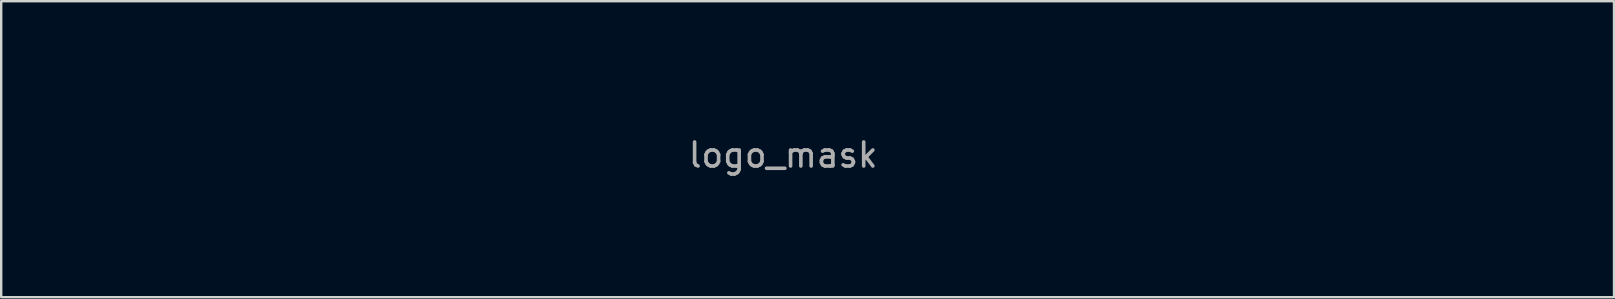
<source format=kicad_pcb>
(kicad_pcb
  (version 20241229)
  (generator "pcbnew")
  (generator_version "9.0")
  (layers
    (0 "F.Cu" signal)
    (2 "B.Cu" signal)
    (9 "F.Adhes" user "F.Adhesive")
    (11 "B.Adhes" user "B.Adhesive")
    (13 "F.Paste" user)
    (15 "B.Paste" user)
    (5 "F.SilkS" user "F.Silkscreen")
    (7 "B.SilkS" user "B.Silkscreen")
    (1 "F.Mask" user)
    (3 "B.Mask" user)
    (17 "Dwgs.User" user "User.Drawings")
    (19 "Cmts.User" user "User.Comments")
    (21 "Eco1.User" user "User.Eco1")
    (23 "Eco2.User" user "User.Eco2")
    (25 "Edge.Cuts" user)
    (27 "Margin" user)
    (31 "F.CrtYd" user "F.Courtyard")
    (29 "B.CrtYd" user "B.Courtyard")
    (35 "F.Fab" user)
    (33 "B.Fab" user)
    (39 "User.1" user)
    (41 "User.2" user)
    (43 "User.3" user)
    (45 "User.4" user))
  (footprint "logo_mask"
    (layer "F.Cu")
    (at 29.59 2.913)
    (property "Reference" "logo_mask" (at 0 0.5 0) (layer "F.Fab") (effects (font (size 1 1) (thickness 0.15))))
    (attr through_hole)
    (fp_poly (pts (xy 10.795 1.609) (xy 10.456 1.609) (xy 10.456 -0.931) (xy 10.795 -0.931) (xy 10.795 1.609)) (stroke (width 0.01) (type solid)) (fill yes) (layer "F.Mask"))
    (fp_poly (pts (xy 16.935 1.609) (xy 16.551 1.609) (xy 16.573 -0.91) (xy 16.912 -0.91) (xy 16.935 1.609)) (stroke (width 0.01) (type solid)) (fill yes) (layer "F.Mask"))
    (fp_poly (pts (xy -6.668 1.587) (xy -6.826 1.601) (xy -6.985 1.614) (xy -6.985 -1.143) (xy -6.645 -1.143) (xy -6.668 1.587)) (stroke (width 0.01) (type solid)) (fill yes) (layer "F.Mask"))
    (fp_poly (pts (xy 4.212 1.587) (xy 4.032 1.601) (xy 3.851 1.614) (xy 3.873 -0.91) (xy 4.212 -0.91) (xy 4.212 1.587)) (stroke (width 0.01) (type solid)) (fill yes) (layer "F.Mask"))
    (fp_poly (pts (xy -18.119 0.635) (xy -17.145 0.635) (xy -17.145 -0.085) (xy -16.806 -0.085) (xy -16.806 1.609) (xy -17.142 1.609) (xy -17.154 1.217) (xy -17.166 0.826) (xy -17.547 0.813) (xy -17.777 0.806) (xy -17.935 0.81) (xy -18.035 0.833) (xy -18.09 0.886) (xy -18.113 0.978) (xy -18.119 1.119) (xy -18.119 1.228) (xy -18.119 1.609) (xy -18.457 1.609) (xy -18.457 -1.143) (xy -18.119 -1.143) (xy -18.119 0.635)) (stroke (width 0.01) (type solid)) (fill yes) (layer "F.Mask"))
    (fp_poly (pts (xy -12.137 -0.91) (xy -11.924 -0.909) (xy -11.772 -0.905) (xy -11.672 -0.897) (xy -11.612 -0.884) (xy -11.582 -0.866) (xy -11.569 -0.84) (xy -11.565 -0.815) (xy -11.551 -0.72) (xy -12.912 -0.72) (xy -12.912 0.209) (xy -12.266 0.221) (xy -12.02 0.226) (xy -11.845 0.232) (xy -11.73 0.24) (xy -11.661 0.254) (xy -11.626 0.274) (xy -11.611 0.304) (xy -11.607 0.328) (xy -11.593 0.423) (xy -12.909 0.423) (xy -12.921 1.005) (xy -12.933 1.587) (xy -13.113 1.601) (xy -13.294 1.614) (xy -13.271 -0.91) (xy -12.425 -0.91) (xy -12.137 -0.91)) (stroke (width 0.01) (type solid)) (fill yes) (layer "F.Mask"))
    (fp_poly (pts (xy 14.606 -0.914) (xy 14.664 -0.864) (xy 14.671 -0.805) (xy 14.677 -0.673) (xy 14.682 -0.481) (xy 14.686 -0.241) (xy 14.689 0.036) (xy 14.69 0.295) (xy 14.69 1.387) (xy 14.785 1.413) (xy 14.865 1.423) (xy 15.008 1.432) (xy 15.192 1.437) (xy 15.356 1.439) (xy 15.563 1.44) (xy 15.699 1.445) (xy 15.78 1.455) (xy 15.819 1.475) (xy 15.832 1.506) (xy 15.833 1.524) (xy 15.829 1.554) (xy 15.811 1.576) (xy 15.766 1.591) (xy 15.683 1.601) (xy 15.551 1.606) (xy 15.358 1.608) (xy 15.093 1.609) (xy 15.071 1.609) (xy 14.309 1.609) (xy 14.309 -0.931) (xy 14.473 -0.931) (xy 14.606 -0.914)) (stroke (width 0.01) (type solid)) (fill yes) (layer "F.Mask"))
    (fp_poly (pts (xy -19.167 -0.92) (xy -18.972 -0.914) (xy -18.833 -0.906) (xy -18.762 -0.895) (xy -18.758 -0.893) (xy -18.72 -0.827) (xy -18.725 -0.787) (xy -18.755 -0.752) (xy -18.824 -0.731) (xy -18.948 -0.722) (xy -19.09 -0.72) (xy -19.43 -0.72) (xy -19.441 0.434) (xy -19.452 1.587) (xy -19.632 1.601) (xy -19.812 1.614) (xy -19.812 -0.72) (xy -20.175 -0.72) (xy -20.35 -0.721) (xy -20.456 -0.727) (xy -20.51 -0.742) (xy -20.527 -0.772) (xy -20.524 -0.815) (xy -20.517 -0.847) (xy -20.501 -0.871) (xy -20.462 -0.889) (xy -20.392 -0.901) (xy -20.278 -0.909) (xy -20.109 -0.914) (xy -19.875 -0.918) (xy -19.664 -0.921) (xy -19.402 -0.922) (xy -19.167 -0.92)) (stroke (width 0.01) (type solid)) (fill yes) (layer "F.Mask"))
    (fp_poly (pts (xy 12.523 -0.917) (xy 12.884 -0.874) (xy 13.169 -0.793) (xy 13.378 -0.676) (xy 13.511 -0.522) (xy 13.55 -0.43) (xy 13.58 -0.2) (xy 13.53 0.012) (xy 13.404 0.194) (xy 13.294 0.285) (xy 13.165 0.35) (xy 13.001 0.392) (xy 12.786 0.415) (xy 12.506 0.423) (xy 12.458 0.423) (xy 11.983 0.423) (xy 11.971 1.005) (xy 11.959 1.587) (xy 11.779 1.601) (xy 11.598 1.614) (xy 11.61 0.262) (xy 11.98 0.262) (xy 12.876 0.233) (xy 13.021 0.075) (xy 13.134 -0.094) (xy 13.169 -0.258) (xy 13.131 -0.411) (xy 13.027 -0.544) (xy 12.862 -0.651) (xy 12.643 -0.726) (xy 12.375 -0.76) (xy 12.308 -0.761) (xy 11.98 -0.762) (xy 11.98 0.262) (xy 11.61 0.262) (xy 11.62 -0.91) (xy 12.086 -0.923) (xy 12.523 -0.917)) (stroke (width 0.01) (type solid)) (fill yes) (layer "F.Mask"))
    (fp_poly (pts (xy -5.689 -0.069) (xy -5.673 -0.046) (xy -5.7 -0.001) (xy -5.773 0.092) (xy -5.881 0.217) (xy -5.992 0.341) (xy -6.13 0.492) (xy -6.219 0.595) (xy -6.265 0.663) (xy -6.275 0.708) (xy -6.258 0.746) (xy -6.23 0.778) (xy -6.014 1.018) (xy -5.833 1.223) (xy -5.691 1.388) (xy -5.595 1.505) (xy -5.549 1.569) (xy -5.546 1.577) (xy -5.583 1.596) (xy -5.679 1.607) (xy -5.728 1.609) (xy -5.808 1.606) (xy -5.874 1.59) (xy -5.941 1.551) (xy -6.023 1.478) (xy -6.135 1.36) (xy -6.258 1.226) (xy -6.392 1.072) (xy -6.501 0.935) (xy -6.575 0.83) (xy -6.602 0.771) (xy -6.602 0.771) (xy -6.572 0.707) (xy -6.493 0.602) (xy -6.378 0.471) (xy -6.242 0.327) (xy -6.1 0.186) (xy -5.965 0.061) (xy -5.852 -0.033) (xy -5.774 -0.081) (xy -5.759 -0.085) (xy -5.689 -0.069)) (stroke (width 0.01) (type solid)) (fill yes) (layer "F.Mask"))
    (fp_poly (pts (xy 21.924 -0.91) (xy 22.142 -0.909) (xy 22.297 -0.905) (xy 22.4 -0.898) (xy 22.462 -0.885) (xy 22.495 -0.867) (xy 22.509 -0.842) (xy 22.514 -0.815) (xy 22.527 -0.72) (xy 21.124 -0.72) (xy 21.124 0.209) (xy 21.77 0.221) (xy 22.016 0.226) (xy 22.191 0.232) (xy 22.306 0.24) (xy 22.375 0.254) (xy 22.41 0.274) (xy 22.425 0.304) (xy 22.429 0.328) (xy 22.443 0.423) (xy 21.122 0.423) (xy 21.134 0.921) (xy 21.145 1.418) (xy 21.855 1.43) (xy 22.115 1.435) (xy 22.302 1.44) (xy 22.429 1.448) (xy 22.506 1.46) (xy 22.546 1.477) (xy 22.562 1.502) (xy 22.564 1.525) (xy 22.56 1.553) (xy 22.543 1.573) (xy 22.502 1.588) (xy 22.426 1.598) (xy 22.305 1.604) (xy 22.128 1.607) (xy 21.884 1.609) (xy 21.653 1.609) (xy 20.742 1.609) (xy 20.765 -0.91) (xy 21.632 -0.91) (xy 21.924 -0.91)) (stroke (width 0.01) (type solid)) (fill yes) (layer "F.Mask"))
    (fp_poly (pts (xy -1.069 -1.158) (xy -0.97 -1.124) (xy -0.931 -1.075) (xy -0.931 -1.074) (xy -0.965 -1.034) (xy -1.07 -1.017) (xy -1.115 -1.016) (xy -1.25 -1.006) (xy -1.342 -0.967) (xy -1.399 -0.886) (xy -1.428 -0.751) (xy -1.439 -0.549) (xy -1.439 -0.473) (xy -1.439 -0.085) (xy -1.246 -0.085) (xy -1.127 -0.079) (xy -1.073 -0.059) (xy -1.066 -0.014) (xy -1.066 -0.011) (xy -1.104 0.043) (xy -1.203 0.071) (xy -1.26 0.077) (xy -1.439 0.09) (xy -1.439 1.609) (xy -1.61 1.609) (xy -1.744 1.592) (xy -1.805 1.546) (xy -1.81 1.489) (xy -1.815 1.358) (xy -1.817 1.167) (xy -1.817 0.926) (xy -1.816 0.647) (xy -1.813 0.35) (xy -1.807 -0.036) (xy -1.798 -0.346) (xy -1.784 -0.589) (xy -1.762 -0.775) (xy -1.729 -0.911) (xy -1.682 -1.007) (xy -1.62 -1.072) (xy -1.539 -1.114) (xy -1.436 -1.143) (xy -1.352 -1.159) (xy -1.204 -1.171) (xy -1.069 -1.158)) (stroke (width 0.01) (type solid)) (fill yes) (layer "F.Mask"))
    (fp_poly (pts (xy -8.166 -0.079) (xy -7.975 -0.059) (xy -7.828 -0.02) (xy -7.705 0.045) (xy -7.588 0.139) (xy -7.508 0.265) (xy -7.49 0.417) (xy -7.534 0.566) (xy -7.601 0.655) (xy -7.721 0.736) (xy -7.858 0.79) (xy -7.858 0.79) (xy -8.007 0.826) (xy -7.729 1.181) (xy -7.615 1.331) (xy -7.523 1.456) (xy -7.465 1.543) (xy -7.451 1.573) (xy -7.488 1.595) (xy -7.583 1.607) (xy -7.631 1.608) (xy -7.708 1.605) (xy -7.771 1.59) (xy -7.832 1.551) (xy -7.905 1.478) (xy -8.005 1.359) (xy -8.128 1.204) (xy -8.253 1.043) (xy -8.357 0.901) (xy -8.429 0.795) (xy -8.459 0.739) (xy -8.448 0.701) (xy -8.382 0.682) (xy -8.264 0.677) (xy -8.074 0.651) (xy -7.934 0.581) (xy -7.85 0.479) (xy -7.831 0.358) (xy -7.885 0.229) (xy -7.94 0.167) (xy -8.025 0.105) (xy -8.128 0.074) (xy -8.281 0.064) (xy -8.289 0.064) (xy -8.53 0.064) (xy -8.542 0.836) (xy -8.553 1.609) (xy -8.89 1.609) (xy -8.89 -0.085) (xy -8.422 -0.085) (xy -8.166 -0.079)) (stroke (width 0.01) (type solid)) (fill yes) (layer "F.Mask"))
    (fp_poly (pts (xy 19.886 -0.924) (xy 20.003 -0.91) (xy 20.014 0.275) (xy 20.018 0.661) (xy 20.018 0.969) (xy 20.016 1.209) (xy 20.011 1.388) (xy 20.002 1.514) (xy 19.989 1.594) (xy 19.972 1.637) (xy 19.95 1.651) (xy 19.948 1.651) (xy 19.913 1.621) (xy 19.827 1.536) (xy 19.698 1.403) (xy 19.532 1.23) (xy 19.337 1.024) (xy 19.119 0.791) (xy 18.965 0.625) (xy 18.013 -0.402) (xy 17.992 0.593) (xy 17.971 1.587) (xy 17.832 1.601) (xy 17.694 1.614) (xy 17.705 0.352) (xy 17.716 -0.91) (xy 17.88 -0.924) (xy 17.923 -0.929) (xy 17.957 -0.933) (xy 17.99 -0.93) (xy 18.028 -0.915) (xy 18.077 -0.88) (xy 18.143 -0.821) (xy 18.233 -0.732) (xy 18.353 -0.606) (xy 18.51 -0.439) (xy 18.709 -0.223) (xy 18.958 0.046) (xy 19.063 0.159) (xy 19.249 0.358) (xy 19.417 0.535) (xy 19.558 0.681) (xy 19.664 0.785) (xy 19.724 0.84) (xy 19.735 0.847) (xy 19.745 0.806) (xy 19.754 0.694) (xy 19.762 0.521) (xy 19.767 0.301) (xy 19.769 0.046) (xy 19.77 -0.045) (xy 19.77 -0.937) (xy 19.886 -0.924)) (stroke (width 0.01) (type solid)) (fill yes) (layer "F.Mask"))
    (fp_poly (pts (xy -2.887 -0.095) (xy -2.646 -0.002) (xy -2.44 0.161) (xy -2.426 0.175) (xy -2.291 0.351) (xy -2.221 0.539) (xy -2.202 0.754) (xy -2.242 1.019) (xy -2.36 1.25) (xy -2.552 1.444) (xy -2.739 1.561) (xy -2.858 1.598) (xy -3.027 1.623) (xy -3.213 1.632) (xy -3.384 1.625) (xy -3.466 1.611) (xy -3.698 1.512) (xy -3.896 1.352) (xy -4.045 1.146) (xy -4.132 0.914) (xy -4.148 0.763) (xy -3.787 0.763) (xy -3.754 0.991) (xy -3.667 1.186) (xy -3.537 1.339) (xy -3.377 1.442) (xy -3.2 1.488) (xy -3.018 1.469) (xy -2.845 1.377) (xy -2.834 1.367) (xy -2.669 1.177) (xy -2.573 0.951) (xy -2.548 0.707) (xy -2.599 0.465) (xy -2.638 0.377) (xy -2.778 0.179) (xy -2.946 0.055) (xy -3.135 0.009) (xy -3.203 0.012) (xy -3.422 0.074) (xy -3.595 0.203) (xy -3.717 0.391) (xy -3.78 0.629) (xy -3.787 0.763) (xy -4.148 0.763) (xy -4.149 0.758) (xy -4.134 0.56) (xy -4.082 0.401) (xy -3.978 0.245) (xy -3.93 0.189) (xy -3.737 0.019) (xy -3.511 -0.084) (xy -3.238 -0.124) (xy -3.175 -0.125) (xy -2.887 -0.095)) (stroke (width 0.01) (type solid)) (fill yes) (layer "F.Mask"))
    (fp_poly (pts (xy -10.004 -0.092) (xy -9.76 0.001) (xy -9.56 0.144) (xy -9.41 0.324) (xy -9.317 0.533) (xy -9.287 0.758) (xy -9.325 0.99) (xy -9.438 1.217) (xy -9.491 1.287) (xy -9.685 1.46) (xy -9.928 1.578) (xy -10.2 1.636) (xy -10.479 1.627) (xy -10.6 1.601) (xy -10.771 1.52) (xy -10.944 1.383) (xy -11.094 1.214) (xy -11.197 1.039) (xy -11.218 0.977) (xy -11.245 0.746) (xy -10.879 0.746) (xy -10.856 0.953) (xy -10.801 1.131) (xy -10.793 1.146) (xy -10.662 1.321) (xy -10.487 1.435) (xy -10.287 1.482) (xy -10.081 1.456) (xy -9.99 1.418) (xy -9.896 1.343) (xy -9.797 1.227) (xy -9.755 1.163) (xy -9.691 1.041) (xy -9.661 0.932) (xy -9.655 0.798) (xy -9.66 0.698) (xy -9.692 0.474) (xy -9.767 0.305) (xy -9.899 0.163) (xy -9.995 0.092) (xy -10.172 0.016) (xy -10.359 0.017) (xy -10.542 0.087) (xy -10.705 0.223) (xy -10.82 0.389) (xy -10.867 0.547) (xy -10.879 0.746) (xy -11.245 0.746) (xy -11.249 0.715) (xy -11.204 0.472) (xy -11.091 0.257) (xy -10.92 0.081) (xy -10.698 -0.047) (xy -10.434 -0.116) (xy -10.287 -0.125) (xy -10.004 -0.092)) (stroke (width 0.01) (type solid)) (fill yes) (layer "F.Mask"))
    (fp_poly (pts (xy -15.514 -0.089) (xy -15.335 -0.081) (xy -15.19 -0.067) (xy -15.096 -0.046) (xy -15.071 -0.024) (xy -15.105 0.015) (xy -15.21 0.047) (xy -15.39 0.072) (xy -15.649 0.091) (xy -15.748 0.096) (xy -15.981 0.106) (xy -15.993 0.37) (xy -16.006 0.635) (xy -15.755 0.635) (xy -15.518 0.644) (xy -15.351 0.669) (xy -15.258 0.71) (xy -15.24 0.744) (xy -15.264 0.774) (xy -15.345 0.795) (xy -15.493 0.808) (xy -15.61 0.813) (xy -15.981 0.826) (xy -15.993 1.127) (xy -16.005 1.429) (xy -15.558 1.466) (xy -15.375 1.485) (xy -15.228 1.507) (xy -15.136 1.529) (xy -15.112 1.545) (xy -15.153 1.563) (xy -15.268 1.579) (xy -15.447 1.591) (xy -15.678 1.599) (xy -15.912 1.603) (xy -16.077 1.601) (xy -16.185 1.593) (xy -16.252 1.576) (xy -16.293 1.551) (xy -16.303 1.54) (xy -16.326 1.491) (xy -16.343 1.402) (xy -16.354 1.263) (xy -16.36 1.061) (xy -16.362 0.787) (xy -16.362 0.752) (xy -16.361 0.488) (xy -16.358 0.296) (xy -16.352 0.163) (xy -16.34 0.076) (xy -16.322 0.022) (xy -16.296 -0.011) (xy -16.28 -0.025) (xy -16.204 -0.051) (xy -16.072 -0.071) (xy -15.901 -0.084) (xy -15.709 -0.09) (xy -15.514 -0.089)) (stroke (width 0.01) (type solid)) (fill yes) (layer "F.Mask"))
    (fp_poly (pts (xy 1.312 -0.906) (xy 1.65 -0.899) (xy 1.919 -0.88) (xy 2.135 -0.845) (xy 2.313 -0.789) (xy 2.47 -0.708) (xy 2.621 -0.598) (xy 2.702 -0.528) (xy 2.903 -0.305) (xy 3.028 -0.063) (xy 3.082 0.214) (xy 3.084 0.403) (xy 3.036 0.695) (xy 2.922 0.947) (xy 2.733 1.17) (xy 2.602 1.281) (xy 2.423 1.4) (xy 2.236 1.489) (xy 2.022 1.55) (xy 1.768 1.588) (xy 1.456 1.606) (xy 1.223 1.609) (xy 0.591 1.609) (xy 0.603 0.349) (xy 0.603 0.332) (xy 0.974 0.332) (xy 0.975 0.622) (xy 0.978 0.884) (xy 0.984 1.107) (xy 0.991 1.277) (xy 0.999 1.384) (xy 1.005 1.416) (xy 1.067 1.433) (xy 1.191 1.439) (xy 1.357 1.433) (xy 1.542 1.419) (xy 1.727 1.398) (xy 1.889 1.37) (xy 2.008 1.339) (xy 2.022 1.334) (xy 2.187 1.236) (xy 2.354 1.086) (xy 2.5 0.91) (xy 2.6 0.735) (xy 2.617 0.687) (xy 2.664 0.396) (xy 2.636 0.109) (xy 2.539 -0.157) (xy 2.376 -0.386) (xy 2.253 -0.495) (xy 2.103 -0.594) (xy 1.948 -0.66) (xy 1.766 -0.699) (xy 1.536 -0.717) (xy 1.365 -0.719) (xy 0.974 -0.72) (xy 0.974 0.332) (xy 0.603 0.332) (xy 0.614 -0.91) (xy 1.312 -0.906)) (stroke (width 0.01) (type solid)) (fill yes) (layer "F.Mask"))
    (fp_poly (pts (xy 8.756 -0.987) (xy 8.905 -0.975) (xy 9.026 -0.948) (xy 9.147 -0.901) (xy 9.186 -0.883) (xy 9.371 -0.782) (xy 9.515 -0.673) (xy 9.61 -0.567) (xy 9.649 -0.473) (xy 9.625 -0.401) (xy 9.559 -0.366) (xy 9.484 -0.351) (xy 9.461 -0.351) (xy 9.342 -0.519) (xy 9.157 -0.663) (xy 8.924 -0.771) (xy 8.691 -0.829) (xy 8.419 -0.83) (xy 8.164 -0.756) (xy 7.935 -0.618) (xy 7.744 -0.424) (xy 7.6 -0.185) (xy 7.514 0.089) (xy 7.493 0.311) (xy 7.525 0.635) (xy 7.625 0.912) (xy 7.795 1.151) (xy 7.829 1.187) (xy 8.005 1.337) (xy 8.188 1.428) (xy 8.403 1.473) (xy 8.594 1.481) (xy 8.865 1.443) (xy 9.12 1.339) (xy 9.334 1.179) (xy 9.391 1.117) (xy 9.478 1.021) (xy 9.538 0.984) (xy 9.591 0.995) (xy 9.599 1) (xy 9.674 1.078) (xy 9.671 1.173) (xy 9.588 1.289) (xy 9.541 1.335) (xy 9.302 1.499) (xy 9.009 1.608) (xy 8.672 1.659) (xy 8.304 1.65) (xy 8.247 1.644) (xy 7.929 1.565) (xy 7.653 1.423) (xy 7.423 1.23) (xy 7.244 0.996) (xy 7.122 0.731) (xy 7.061 0.447) (xy 7.066 0.154) (xy 7.143 -0.137) (xy 7.292 -0.409) (xy 7.506 -0.65) (xy 7.762 -0.824) (xy 8.067 -0.935) (xy 8.425 -0.985) (xy 8.551 -0.989) (xy 8.756 -0.987)) (stroke (width 0.01) (type solid)) (fill yes) (layer "F.Mask"))
    (fp_poly (pts (xy 5.979 -0.959) (xy 6.153 -0.915) (xy 6.293 -0.846) (xy 6.409 -0.762) (xy 6.486 -0.677) (xy 6.505 -0.607) (xy 6.5 -0.596) (xy 6.446 -0.563) (xy 6.364 -0.551) (xy 6.291 -0.562) (xy 6.265 -0.589) (xy 6.228 -0.646) (xy 6.135 -0.708) (xy 6.013 -0.763) (xy 5.887 -0.798) (xy 5.824 -0.804) (xy 5.616 -0.771) (xy 5.449 -0.678) (xy 5.337 -0.536) (xy 5.292 -0.357) (xy 5.292 -0.339) (xy 5.295 -0.244) (xy 5.312 -0.167) (xy 5.353 -0.101) (xy 5.427 -0.036) (xy 5.545 0.033) (xy 5.717 0.117) (xy 5.952 0.221) (xy 6.081 0.277) (xy 6.239 0.356) (xy 6.382 0.447) (xy 6.462 0.515) (xy 6.53 0.597) (xy 6.567 0.68) (xy 6.581 0.797) (xy 6.583 0.906) (xy 6.576 1.069) (xy 6.551 1.183) (xy 6.496 1.283) (xy 6.468 1.322) (xy 6.299 1.478) (xy 6.077 1.594) (xy 5.822 1.662) (xy 5.559 1.675) (xy 5.419 1.656) (xy 5.252 1.603) (xy 5.094 1.524) (xy 4.965 1.432) (xy 4.885 1.34) (xy 4.868 1.287) (xy 4.9 1.222) (xy 4.978 1.202) (xy 5.078 1.229) (xy 5.158 1.285) (xy 5.341 1.418) (xy 5.536 1.487) (xy 5.719 1.486) (xy 5.937 1.411) (xy 6.083 1.3) (xy 6.162 1.145) (xy 6.181 0.983) (xy 6.17 0.866) (xy 6.13 0.768) (xy 6.051 0.682) (xy 5.92 0.596) (xy 5.727 0.502) (xy 5.562 0.43) (xy 5.308 0.315) (xy 5.125 0.211) (xy 5.002 0.107) (xy 4.927 -0.009) (xy 4.888 -0.146) (xy 4.88 -0.221) (xy 4.891 -0.433) (xy 4.966 -0.605) (xy 5.112 -0.751) (xy 5.227 -0.827) (xy 5.458 -0.923) (xy 5.72 -0.968) (xy 5.979 -0.959)) (stroke (width 0.01) (type solid)) (fill yes) (layer "F.Mask"))
    (fp_poly (pts (xy -19.38 -2.908) (xy -18.552 -2.908) (xy -17.667 -2.908) (xy -16.723 -2.907) (xy -15.719 -2.906) (xy -14.652 -2.905) (xy -13.521 -2.904) (xy -12.323 -2.903) (xy -11.057 -2.901) (xy -9.721 -2.9) (xy -8.314 -2.898) (xy -6.832 -2.896) (xy -5.275 -2.894) (xy -3.639 -2.892) (xy -1.925 -2.89) (xy -0.128 -2.887) (xy 1.122 -2.886) (xy 29.104 -2.847) (xy 29.421 -2.754) (xy 29.881 -2.576) (xy 30.306 -2.325) (xy 30.687 -2.01) (xy 31.014 -1.639) (xy 31.278 -1.22) (xy 31.366 -1.037) (xy 31.502 -0.643) (xy 31.588 -0.205) (xy 31.623 0.25) (xy 31.605 0.697) (xy 31.539 1.083) (xy 31.418 1.453) (xy 31.247 1.828) (xy 31.043 2.172) (xy 30.908 2.355) (xy 30.608 2.665) (xy 30.253 2.938) (xy 29.863 3.159) (xy 29.459 3.317) (xy 29.272 3.365) (xy 29.253 3.369) (xy 29.232 3.373) (xy 29.208 3.377) (xy 29.179 3.38) (xy 29.144 3.383) (xy 29.1 3.387) (xy 29.047 3.39) (xy 28.983 3.393) (xy 28.905 3.395) (xy 28.813 3.398) (xy 28.704 3.4) (xy 28.577 3.403) (xy 28.43 3.405) (xy 28.261 3.407) (xy 28.07 3.409) (xy 27.854 3.411) (xy 27.611 3.412) (xy 27.341 3.414) (xy 27.04 3.415) (xy 26.708 3.416) (xy 26.343 3.417) (xy 25.943 3.418) (xy 25.507 3.418) (xy 25.033 3.419) (xy 24.519 3.419) (xy 23.963 3.42) (xy 23.364 3.42) (xy 22.721 3.42) (xy 22.031 3.42) (xy 21.293 3.42) (xy 20.505 3.419) (xy 19.666 3.419) (xy 18.773 3.418) (xy 17.826 3.417) (xy 16.823 3.416) (xy 15.761 3.415) (xy 14.639 3.414) (xy 13.456 3.413) (xy 12.21 3.411) (xy 10.9 3.41) (xy 9.522 3.408) (xy 8.077 3.406) (xy 6.562 3.404) (xy 4.975 3.402) (xy 3.316 3.4) (xy 1.581 3.398) (xy -0.23 3.396) (xy -2.119 3.393) (xy -4.088 3.39) (xy -6.138 3.388) (xy -8.128 3.385) (xy -9.643 3.383) (xy -11.075 3.381) (xy -12.428 3.379) (xy -13.703 3.377) (xy -14.902 3.375) (xy -16.028 3.373) (xy -17.084 3.372) (xy -18.071 3.37) (xy -18.992 3.368) (xy -19.849 3.366) (xy -20.645 3.364) (xy -21.381 3.362) (xy -22.061 3.36) (xy -22.686 3.358) (xy -23.259 3.356) (xy -23.781 3.354) (xy -24.257 3.352) (xy -24.687 3.349) (xy -25.074 3.347) (xy -25.42 3.344) (xy -25.729 3.341) (xy -26.001 3.339) (xy -26.239 3.335) (xy -26.446 3.332) (xy -26.624 3.329) (xy -26.775 3.325) (xy -26.902 3.321) (xy -27.007 3.317) (xy -27.092 3.312) (xy -27.159 3.308) (xy -27.212 3.303) (xy -27.251 3.298) (xy -27.28 3.292) (xy -27.29 3.29) (xy -27.777 3.119) (xy -28.214 2.879) (xy -28.599 2.575) (xy -28.929 2.206) (xy -29.201 1.777) (xy -29.254 1.672) (xy -29.407 1.321) (xy -29.51 0.998) (xy -29.567 0.673) (xy -29.577 0.475) (xy -29.284 0.475) (xy -29.239 0.836) (xy -29.143 1.18) (xy -29.003 1.51) (xy -28.753 1.934) (xy -28.445 2.298) (xy -28.081 2.598) (xy -27.662 2.834) (xy -27.239 2.991) (xy -27.215 2.997) (xy -27.185 3.003) (xy -27.145 3.008) (xy -27.094 3.013) (xy -27.029 3.018) (xy -26.947 3.022) (xy -26.847 3.026) (xy -26.725 3.03) (xy -26.581 3.034) (xy -26.41 3.037) (xy -26.212 3.041) (xy -25.983 3.044) (xy -25.722 3.047) (xy -25.426 3.05) (xy -25.093 3.052) (xy -24.72 3.055) (xy -24.305 3.057) (xy -23.846 3.059) (xy -23.34 3.061) (xy -22.785 3.063) (xy -22.179 3.065) (xy -21.52 3.067) (xy -20.805 3.069) (xy -20.031 3.071) (xy -19.197 3.073) (xy -18.3 3.074) (xy -17.338 3.076) (xy -16.308 3.078) (xy -15.208 3.079) (xy -14.037 3.081) (xy -12.79 3.083) (xy -11.467 3.085) (xy -10.065 3.087) (xy -8.581 3.089) (xy -8.022 3.089) (xy -5.9 3.092) (xy -3.861 3.095) (xy -1.903 3.097) (xy -0.024 3.1) (xy 1.776 3.102) (xy 3.5 3.104) (xy 5.149 3.106) (xy 6.726 3.108) (xy 8.231 3.11) (xy 9.666 3.112) (xy 11.034 3.114) (xy 12.335 3.115) (xy 13.571 3.117) (xy 14.745 3.118) (xy 15.857 3.119) (xy 16.91 3.12) (xy 17.905 3.121) (xy 18.843 3.122) (xy 19.727 3.122) (xy 20.558 3.123) (xy 21.338 3.123) (xy 22.068 3.123) (xy 22.75 3.124) (xy 23.386 3.124) (xy 23.977 3.123) (xy 24.526 3.123) (xy 25.033 3.123) (xy 25.5 3.122) (xy 25.93 3.122) (xy 26.324 3.121) (xy 26.683 3.12) (xy 27.009 3.119) (xy 27.304 3.117) (xy 27.569 3.116) (xy 27.806 3.115) (xy 28.018 3.113) (xy 28.204 3.111) (xy 28.368 3.109) (xy 28.511 3.107) (xy 28.634 3.105) (xy 28.739 3.103) (xy 28.828 3.1) (xy 28.903 3.097) (xy 28.964 3.095) (xy 29.015 3.092) (xy 29.056 3.089) (xy 29.089 3.085) (xy 29.116 3.082) (xy 29.139 3.078) (xy 29.159 3.075) (xy 29.177 3.071) (xy 29.183 3.07) (xy 29.569 2.955) (xy 29.925 2.778) (xy 30.264 2.531) (xy 30.482 2.33) (xy 30.762 2.016) (xy 30.975 1.696) (xy 31.135 1.343) (xy 31.242 0.996) (xy 31.321 0.525) (xy 31.323 0.058) (xy 31.251 -0.396) (xy 31.11 -0.83) (xy 30.905 -1.234) (xy 30.641 -1.601) (xy 30.323 -1.922) (xy 29.954 -2.188) (xy 29.541 -2.392) (xy 29.273 -2.481) (xy 29.253 -2.486) (xy 29.223 -2.49) (xy 29.182 -2.495) (xy 29.129 -2.499) (xy 29.061 -2.502) (xy 28.977 -2.506) (xy 28.874 -2.51) (xy 28.751 -2.513) (xy 28.606 -2.517) (xy 28.437 -2.52) (xy 28.242 -2.523) (xy 28.019 -2.526) (xy 27.766 -2.528) (xy 27.482 -2.531) (xy 27.164 -2.534) (xy 26.811 -2.536) (xy 26.42 -2.539) (xy 25.99 -2.541) (xy 25.519 -2.543) (xy 25.005 -2.545) (xy 24.446 -2.547) (xy 23.84 -2.55) (xy 23.185 -2.552) (xy 22.48 -2.554) (xy 21.722 -2.556) (xy 20.91 -2.558) (xy 20.041 -2.56) (xy 19.114 -2.561) (xy 18.127 -2.563) (xy 17.078 -2.565) (xy 15.965 -2.567) (xy 14.786 -2.569) (xy 13.539 -2.571) (xy 12.223 -2.573) (xy 10.835 -2.576) (xy 9.374 -2.578) (xy 7.837 -2.58) (xy 6.223 -2.582) (xy 4.53 -2.585) (xy 2.756 -2.587) (xy 1.079 -2.59) (xy -0.771 -2.592) (xy -2.539 -2.594) (xy -4.226 -2.597) (xy -5.834 -2.599) (xy -7.365 -2.601) (xy -8.821 -2.603) (xy -10.204 -2.604) (xy -11.515 -2.606) (xy -12.757 -2.607) (xy -13.931 -2.608) (xy -15.04 -2.609) (xy -16.084 -2.61) (xy -17.067 -2.611) (xy -17.99 -2.612) (xy -18.855 -2.612) (xy -19.664 -2.612) (xy -20.418 -2.612) (xy -21.12 -2.612) (xy -21.771 -2.612) (xy -22.374 -2.611) (xy -22.931 -2.611) (xy -23.442 -2.61) (xy -23.911 -2.609) (xy -24.338 -2.608) (xy -24.727 -2.606) (xy -25.078 -2.605) (xy -25.394 -2.603) (xy -25.677 -2.601) (xy -25.928 -2.599) (xy -26.149 -2.597) (xy -26.343 -2.594) (xy -26.511 -2.591) (xy -26.655 -2.589) (xy -26.777 -2.585) (xy -26.879 -2.582) (xy -26.963 -2.579) (xy -27.031 -2.575) (xy -27.084 -2.571) (xy -27.125 -2.567) (xy -27.155 -2.562) (xy -27.168 -2.56) (xy -27.533 -2.452) (xy -27.862 -2.295) (xy -28.174 -2.076) (xy -28.45 -1.824) (xy -28.753 -1.481) (xy -28.981 -1.134) (xy -29.141 -0.765) (xy -29.24 -0.358) (xy -29.283 0.068) (xy -29.284 0.475) (xy -29.577 0.475) (xy -29.585 0.317) (xy -29.58 0.068) (xy -29.557 -0.263) (xy -29.517 -0.532) (xy -29.464 -0.741) (xy -29.273 -1.218) (xy -29.019 -1.648) (xy -28.708 -2.025) (xy -28.346 -2.343) (xy -27.939 -2.597) (xy -27.493 -2.78) (xy -27.198 -2.856) (xy -27.172 -2.86) (xy -27.136 -2.865) (xy -27.088 -2.869) (xy -27.028 -2.872) (xy -26.953 -2.876) (xy -26.861 -2.88) (xy -26.75 -2.883) (xy -26.618 -2.886) (xy -26.464 -2.889) (xy -26.286 -2.891) (xy -26.081 -2.894) (xy -25.848 -2.896) (xy -25.584 -2.898) (xy -25.289 -2.9) (xy -24.96 -2.902) (xy -24.594 -2.903) (xy -24.192 -2.904) (xy -23.749 -2.906) (xy -23.265 -2.906) (xy -22.737 -2.907) (xy -22.164 -2.908) (xy -21.544 -2.908) (xy -20.874 -2.908) (xy -20.154 -2.908) (xy -19.38 -2.908)) (stroke (width 0.01) (type solid)) (fill yes) (layer "F.Mask")))
  (gr_rect
    (start -3 -3)
    (end 64.219 9.338)
    (stroke (width 0.1) (type default))
    (fill no)
    (layer "Edge.Cuts")))
</source>
